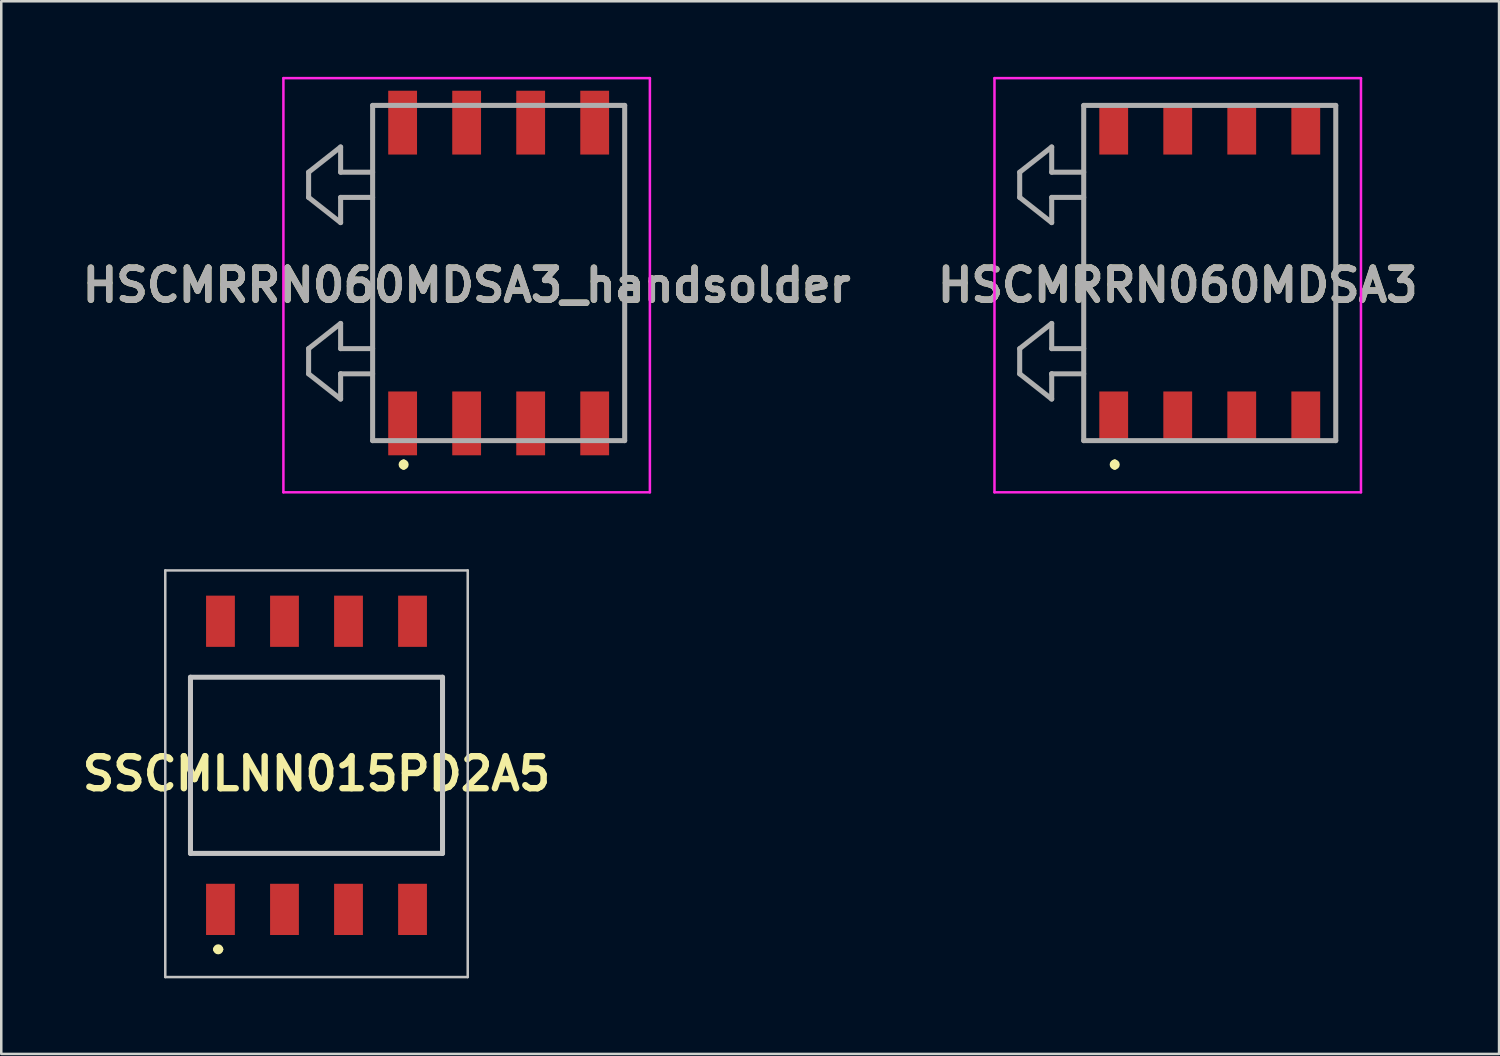
<source format=kicad_pcb>
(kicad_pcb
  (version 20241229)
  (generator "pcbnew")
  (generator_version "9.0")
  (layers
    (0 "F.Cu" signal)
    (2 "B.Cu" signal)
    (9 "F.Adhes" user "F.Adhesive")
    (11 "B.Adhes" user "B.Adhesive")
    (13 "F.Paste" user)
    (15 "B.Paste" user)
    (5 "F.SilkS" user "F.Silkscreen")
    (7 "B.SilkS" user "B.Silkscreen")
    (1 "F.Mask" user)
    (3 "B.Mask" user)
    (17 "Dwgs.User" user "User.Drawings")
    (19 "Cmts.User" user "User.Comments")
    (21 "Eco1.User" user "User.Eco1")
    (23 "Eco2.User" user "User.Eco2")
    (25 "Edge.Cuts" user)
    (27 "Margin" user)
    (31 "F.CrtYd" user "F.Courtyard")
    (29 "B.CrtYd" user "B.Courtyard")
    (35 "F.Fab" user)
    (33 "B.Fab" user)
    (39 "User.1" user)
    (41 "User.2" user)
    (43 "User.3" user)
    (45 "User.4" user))
  (footprint "HSCMRRN060MDSA3"
    (layer "F.Cu")
    (at 43.676 7.782)
    (property "Reference" "HSCMRRN060MDSA3" (at 0 0.484 0) (layer "F.SilkS") (effects (font (size 1.27 1.27) (thickness 0.254))))
    (attr smd)
    (fp_line (start -6.27 -4) (end -6.27 -3) (stroke (width 0.1) (type solid)) (layer "F.SilkS"))
    (fp_line (start -6.27 -3) (end -5 -2) (stroke (width 0.1) (type solid)) (layer "F.SilkS"))
    (fp_line (start -6.27 3) (end -6.27 4) (stroke (width 0.1) (type solid)) (layer "F.SilkS"))
    (fp_line (start -6.27 4) (end -5 5) (stroke (width 0.1) (type solid)) (layer "F.SilkS"))
    (fp_line (start -5 -5) (end -6.27 -4) (stroke (width 0.1) (type solid)) (layer "F.SilkS"))
    (fp_line (start -5 -4) (end -5 -5) (stroke (width 0.1) (type solid)) (layer "F.SilkS"))
    (fp_line (start -5 -3) (end -3.73 -3) (stroke (width 0.1) (type solid)) (layer "F.SilkS"))
    (fp_line (start -5 -2) (end -5 -3) (stroke (width 0.1) (type solid)) (layer "F.SilkS"))
    (fp_line (start -5 2) (end -6.27 3) (stroke (width 0.1) (type solid)) (layer "F.SilkS"))
    (fp_line (start -5 3) (end -5 2) (stroke (width 0.1) (type solid)) (layer "F.SilkS"))
    (fp_line (start -5 4) (end -3.73 4) (stroke (width 0.1) (type solid)) (layer "F.SilkS"))
    (fp_line (start -5 5) (end -5 4) (stroke (width 0.1) (type solid)) (layer "F.SilkS"))
    (fp_line (start -3.73 -6.65) (end -3.73 4) (stroke (width 0.1) (type solid)) (layer "F.SilkS"))
    (fp_line (start -3.73 -4) (end -5 -4) (stroke (width 0.1) (type solid)) (layer "F.SilkS"))
    (fp_line (start -3.73 3) (end -5 3) (stroke (width 0.1) (type solid)) (layer "F.SilkS"))
    (fp_line (start -3.73 4) (end -3.73 6.65) (stroke (width 0.1) (type solid)) (layer "F.SilkS"))
    (fp_line (start -2.5 7.5) (end -2.5 7.5) (stroke (width 0.2) (type solid)) (layer "F.SilkS"))
    (fp_line (start -2.5 7.7) (end -2.5 7.7) (stroke (width 0.2) (type solid)) (layer "F.SilkS"))
    (fp_line (start 6.27 -6.65) (end 6.27 6.65) (stroke (width 0.1) (type solid)) (layer "F.SilkS"))
    (fp_arc (start -2.5 7.5) (mid -2.4 7.6) (end -2.5 7.7) (stroke (width 0.2) (type solid)) (layer "F.SilkS"))
    (fp_arc (start -2.5 7.7) (mid -2.6 7.6) (end -2.5 7.5) (stroke (width 0.2) (type solid)) (layer "F.SilkS"))
    (fp_line (start -7.27 -7.732) (end 7.27 -7.732) (stroke (width 0.1) (type solid)) (layer "F.CrtYd"))
    (fp_line (start -7.27 8.7) (end -7.27 -7.732) (stroke (width 0.1) (type solid)) (layer "F.CrtYd"))
    (fp_line (start 7.27 -7.732) (end 7.27 8.7) (stroke (width 0.1) (type solid)) (layer "F.CrtYd"))
    (fp_line (start 7.27 8.7) (end -7.27 8.7) (stroke (width 0.1) (type solid)) (layer "F.CrtYd"))
    (fp_line (start -6.27 -4) (end -6.27 -3) (stroke (width 0.2) (type solid)) (layer "F.Fab"))
    (fp_line (start -6.27 -3) (end -5 -2) (stroke (width 0.2) (type solid)) (layer "F.Fab"))
    (fp_line (start -6.27 3) (end -5 2) (stroke (width 0.2) (type solid)) (layer "F.Fab"))
    (fp_line (start -6.27 4) (end -6.27 3) (stroke (width 0.2) (type solid)) (layer "F.Fab"))
    (fp_line (start -5 -5) (end -6.27 -4) (stroke (width 0.2) (type solid)) (layer "F.Fab"))
    (fp_line (start -5 -4) (end -5 -5) (stroke (width 0.2) (type solid)) (layer "F.Fab"))
    (fp_line (start -5 -3) (end -3.73 -3) (stroke (width 0.2) (type solid)) (layer "F.Fab"))
    (fp_line (start -5 -2) (end -5 -3) (stroke (width 0.2) (type solid)) (layer "F.Fab"))
    (fp_line (start -5 2) (end -5 3) (stroke (width 0.2) (type solid)) (layer "F.Fab"))
    (fp_line (start -5 3) (end -3.73 3) (stroke (width 0.2) (type solid)) (layer "F.Fab"))
    (fp_line (start -5 4) (end -5 4) (stroke (width 0.2) (type solid)) (layer "F.Fab"))
    (fp_line (start -5 4) (end -5 5) (stroke (width 0.2) (type solid)) (layer "F.Fab"))
    (fp_line (start -5 5) (end -6.27 4) (stroke (width 0.2) (type solid)) (layer "F.Fab"))
    (fp_line (start -3.73 -6.65) (end 6.27 -6.65) (stroke (width 0.2) (type solid)) (layer "F.Fab"))
    (fp_line (start -3.73 -4) (end -5 -4) (stroke (width 0.2) (type solid)) (layer "F.Fab"))
    (fp_line (start -3.73 4) (end -5 4) (stroke (width 0.2) (type solid)) (layer "F.Fab"))
    (fp_line (start -3.73 6.65) (end -3.73 -6.65) (stroke (width 0.2) (type solid)) (layer "F.Fab"))
    (fp_line (start 6.27 -6.65) (end 6.27 6.65) (stroke (width 0.2) (type solid)) (layer "F.Fab"))
    (fp_line (start 6.27 6.65) (end -3.73 6.65) (stroke (width 0.2) (type solid)) (layer "F.Fab"))
    (fp_text user "${REFERENCE}" (at 0 0.484 0) (layer "F.Fab") (effects (font (size 1.27 1.27) (thickness 0.254))))
    (pad "1" smd rect (at -2.54 5.716) (size 1.143 2.032) (layers "F.Cu" "F.Mask" "F.Paste"))
    (pad "2" smd rect (at 0 5.716) (size 1.143 2.032) (layers "F.Cu" "F.Mask" "F.Paste"))
    (pad "3" smd rect (at 2.54 5.716) (size 1.143 2.032) (layers "F.Cu" "F.Mask" "F.Paste"))
    (pad "4" smd rect (at 5.08 5.716) (size 1.143 2.032) (layers "F.Cu" "F.Mask" "F.Paste"))
    (pad "5" smd rect (at 5.08 -5.716) (size 1.143 2.032) (layers "F.Cu" "F.Mask" "F.Paste"))
    (pad "6" smd rect (at 2.54 -5.716) (size 1.143 2.032) (layers "F.Cu" "F.Mask" "F.Paste"))
    (pad "7" smd rect (at 0 -5.716) (size 1.143 2.032) (layers "F.Cu" "F.Mask" "F.Paste"))
    (pad "8" smd rect (at -2.54 -5.716) (size 1.143 2.032) (layers "F.Cu" "F.Mask" "F.Paste")))
  (footprint "SSCMLNN015PD2A5"
    (layer "F.Cu")
    (at 9.507 28.156)
    (property "Reference" "SSCMLNN015PD2A5" (at 0 -0.508 0) (layer "F.SilkS") (effects (font (size 1.27 1.27) (thickness 0.254))))
    (attr smd)
    (fp_line (start -5 -4.337) (end 5 -4.337) (stroke (width 0.1) (type solid)) (layer "F.SilkS"))
    (fp_line (start -5 2.653) (end -5 -4.337) (stroke (width 0.1) (type solid)) (layer "F.SilkS"))
    (fp_line (start -4 6.458) (end -4 6.458) (stroke (width 0.2) (type solid)) (layer "F.SilkS"))
    (fp_line (start -3.8 6.458) (end -3.8 6.458) (stroke (width 0.2) (type solid)) (layer "F.SilkS"))
    (fp_line (start 5 -4.337) (end 5 2.653) (stroke (width 0.1) (type solid)) (layer "F.SilkS"))
    (fp_line (start 5 2.653) (end -5 2.653) (stroke (width 0.1) (type solid)) (layer "F.SilkS"))
    (fp_arc (start -4 6.458) (mid -3.9 6.358) (end -3.8 6.458) (stroke (width 0.2) (type solid)) (layer "F.SilkS"))
    (fp_arc (start -3.8 6.458) (mid -3.9 6.558) (end -4 6.458) (stroke (width 0.2) (type solid)) (layer "F.SilkS"))
    (fp_line (start -6 -8.574) (end 6 -8.574) (stroke (width 0.1) (type solid)) (layer "Dwgs.User"))
    (fp_line (start -6 7.558) (end -6 -8.574) (stroke (width 0.1) (type solid)) (layer "Dwgs.User"))
    (fp_line (start -5 -4.337) (end 5 -4.337) (stroke (width 0.2) (type solid)) (layer "Dwgs.User"))
    (fp_line (start -5 2.653) (end -5 -4.337) (stroke (width 0.2) (type solid)) (layer "Dwgs.User"))
    (fp_line (start 5 -4.337) (end 5 2.653) (stroke (width 0.2) (type solid)) (layer "Dwgs.User"))
    (fp_line (start 5 2.653) (end -5 2.653) (stroke (width 0.2) (type solid)) (layer "Dwgs.User"))
    (fp_line (start 6 -8.574) (end 6 7.558) (stroke (width 0.1) (type solid)) (layer "Dwgs.User"))
    (fp_line (start 6 7.558) (end -6 7.558) (stroke (width 0.1) (type solid)) (layer "Dwgs.User"))
    (pad "1" smd rect (at -3.81 4.874) (size 1.143 2.032) (layers "F.Cu" "F.Mask" "F.Paste"))
    (pad "2" smd rect (at -1.27 4.874) (size 1.143 2.032) (layers "F.Cu" "F.Mask" "F.Paste"))
    (pad "3" smd rect (at 1.27 4.874) (size 1.143 2.032) (layers "F.Cu" "F.Mask" "F.Paste"))
    (pad "4" smd rect (at 3.81 4.874) (size 1.143 2.032) (layers "F.Cu" "F.Mask" "F.Paste"))
    (pad "5" smd rect (at 3.81 -6.558) (size 1.143 2.032) (layers "F.Cu" "F.Mask" "F.Paste"))
    (pad "6" smd rect (at 1.27 -6.558) (size 1.143 2.032) (layers "F.Cu" "F.Mask" "F.Paste"))
    (pad "7" smd rect (at -1.27 -6.558) (size 1.143 2.032) (layers "F.Cu" "F.Mask" "F.Paste"))
    (pad "8" smd rect (at -3.81 -6.558) (size 1.143 2.032) (layers "F.Cu" "F.Mask" "F.Paste")))
  (footprint "HSCMRRN060MDSA3_handsolder"
    (layer "F.Cu")
    (at 15.464 7.782)
    (property "Reference" "HSCMRRN060MDSA3_handsolder" (at 0 0.484 0) (layer "F.SilkS") (effects (font (size 1.27 1.27) (thickness 0.254))))
    (attr smd)
    (fp_line (start -6.27 -4) (end -6.27 -3) (stroke (width 0.1) (type solid)) (layer "F.SilkS"))
    (fp_line (start -6.27 -3) (end -5 -2) (stroke (width 0.1) (type solid)) (layer "F.SilkS"))
    (fp_line (start -6.27 3) (end -6.27 4) (stroke (width 0.1) (type solid)) (layer "F.SilkS"))
    (fp_line (start -6.27 4) (end -5 5) (stroke (width 0.1) (type solid)) (layer "F.SilkS"))
    (fp_line (start -5 -5) (end -6.27 -4) (stroke (width 0.1) (type solid)) (layer "F.SilkS"))
    (fp_line (start -5 -4) (end -5 -5) (stroke (width 0.1) (type solid)) (layer "F.SilkS"))
    (fp_line (start -5 -3) (end -3.73 -3) (stroke (width 0.1) (type solid)) (layer "F.SilkS"))
    (fp_line (start -5 -2) (end -5 -3) (stroke (width 0.1) (type solid)) (layer "F.SilkS"))
    (fp_line (start -5 2) (end -6.27 3) (stroke (width 0.1) (type solid)) (layer "F.SilkS"))
    (fp_line (start -5 3) (end -5 2) (stroke (width 0.1) (type solid)) (layer "F.SilkS"))
    (fp_line (start -5 4) (end -3.73 4) (stroke (width 0.1) (type solid)) (layer "F.SilkS"))
    (fp_line (start -5 5) (end -5 4) (stroke (width 0.1) (type solid)) (layer "F.SilkS"))
    (fp_line (start -3.73 -6.65) (end -3.73 4) (stroke (width 0.1) (type solid)) (layer "F.SilkS"))
    (fp_line (start -3.73 -4) (end -5 -4) (stroke (width 0.1) (type solid)) (layer "F.SilkS"))
    (fp_line (start -3.73 3) (end -5 3) (stroke (width 0.1) (type solid)) (layer "F.SilkS"))
    (fp_line (start -3.73 4) (end -3.73 6.65) (stroke (width 0.1) (type solid)) (layer "F.SilkS"))
    (fp_line (start -2.5 7.5) (end -2.5 7.5) (stroke (width 0.2) (type solid)) (layer "F.SilkS"))
    (fp_line (start -2.5 7.7) (end -2.5 7.7) (stroke (width 0.2) (type solid)) (layer "F.SilkS"))
    (fp_line (start 6.27 -6.65) (end 6.27 6.65) (stroke (width 0.1) (type solid)) (layer "F.SilkS"))
    (fp_arc (start -2.5 7.5) (mid -2.4 7.6) (end -2.5 7.7) (stroke (width 0.2) (type solid)) (layer "F.SilkS"))
    (fp_arc (start -2.5 7.7) (mid -2.6 7.6) (end -2.5 7.5) (stroke (width 0.2) (type solid)) (layer "F.SilkS"))
    (fp_line (start -7.27 -7.732) (end 7.27 -7.732) (stroke (width 0.1) (type solid)) (layer "F.CrtYd"))
    (fp_line (start -7.27 8.7) (end -7.27 -7.732) (stroke (width 0.1) (type solid)) (layer "F.CrtYd"))
    (fp_line (start 7.27 -7.732) (end 7.27 8.7) (stroke (width 0.1) (type solid)) (layer "F.CrtYd"))
    (fp_line (start 7.27 8.7) (end -7.27 8.7) (stroke (width 0.1) (type solid)) (layer "F.CrtYd"))
    (fp_line (start -6.27 -4) (end -6.27 -3) (stroke (width 0.2) (type solid)) (layer "F.Fab"))
    (fp_line (start -6.27 -3) (end -5 -2) (stroke (width 0.2) (type solid)) (layer "F.Fab"))
    (fp_line (start -6.27 3) (end -5 2) (stroke (width 0.2) (type solid)) (layer "F.Fab"))
    (fp_line (start -6.27 4) (end -6.27 3) (stroke (width 0.2) (type solid)) (layer "F.Fab"))
    (fp_line (start -5 -5) (end -6.27 -4) (stroke (width 0.2) (type solid)) (layer "F.Fab"))
    (fp_line (start -5 -4) (end -5 -5) (stroke (width 0.2) (type solid)) (layer "F.Fab"))
    (fp_line (start -5 -3) (end -3.73 -3) (stroke (width 0.2) (type solid)) (layer "F.Fab"))
    (fp_line (start -5 -2) (end -5 -3) (stroke (width 0.2) (type solid)) (layer "F.Fab"))
    (fp_line (start -5 2) (end -5 3) (stroke (width 0.2) (type solid)) (layer "F.Fab"))
    (fp_line (start -5 3) (end -3.73 3) (stroke (width 0.2) (type solid)) (layer "F.Fab"))
    (fp_line (start -5 4) (end -5 4) (stroke (width 0.2) (type solid)) (layer "F.Fab"))
    (fp_line (start -5 4) (end -5 5) (stroke (width 0.2) (type solid)) (layer "F.Fab"))
    (fp_line (start -5 5) (end -6.27 4) (stroke (width 0.2) (type solid)) (layer "F.Fab"))
    (fp_line (start -3.73 -6.65) (end 6.27 -6.65) (stroke (width 0.2) (type solid)) (layer "F.Fab"))
    (fp_line (start -3.73 -4) (end -5 -4) (stroke (width 0.2) (type solid)) (layer "F.Fab"))
    (fp_line (start -3.73 4) (end -5 4) (stroke (width 0.2) (type solid)) (layer "F.Fab"))
    (fp_line (start -3.73 6.65) (end -3.73 -6.65) (stroke (width 0.2) (type solid)) (layer "F.Fab"))
    (fp_line (start 6.27 -6.65) (end 6.27 6.65) (stroke (width 0.2) (type solid)) (layer "F.Fab"))
    (fp_line (start 6.27 6.65) (end -3.73 6.65) (stroke (width 0.2) (type solid)) (layer "F.Fab"))
    (fp_text user "${REFERENCE}" (at 0 0.484 0) (layer "F.Fab") (effects (font (size 1.27 1.27) (thickness 0.254))))
    (pad "1" smd rect (at -2.54 5.966) (size 1.143 2.532) (layers "F.Cu" "F.Mask" "F.Paste"))
    (pad "2" smd rect (at 0 5.966) (size 1.143 2.532) (layers "F.Cu" "F.Mask" "F.Paste"))
    (pad "3" smd rect (at 2.54 5.966) (size 1.143 2.532) (layers "F.Cu" "F.Mask" "F.Paste"))
    (pad "4" smd rect (at 5.08 5.966) (size 1.143 2.532) (layers "F.Cu" "F.Mask" "F.Paste"))
    (pad "5" smd rect (at 5.08 -5.966) (size 1.143 2.532) (layers "F.Cu" "F.Mask" "F.Paste"))
    (pad "6" smd rect (at 2.54 -5.966) (size 1.143 2.532) (layers "F.Cu" "F.Mask" "F.Paste"))
    (pad "7" smd rect (at 0 -5.966) (size 1.143 2.532) (layers "F.Cu" "F.Mask" "F.Paste"))
    (pad "8" smd rect (at -2.54 -5.966) (size 1.143 2.532) (layers "F.Cu" "F.Mask" "F.Paste")))
  (gr_rect
    (start -3 -3)
    (end 56.425 38.764)
    (stroke (width 0.1) (type default))
    (fill no)
    (layer "Edge.Cuts")))
</source>
